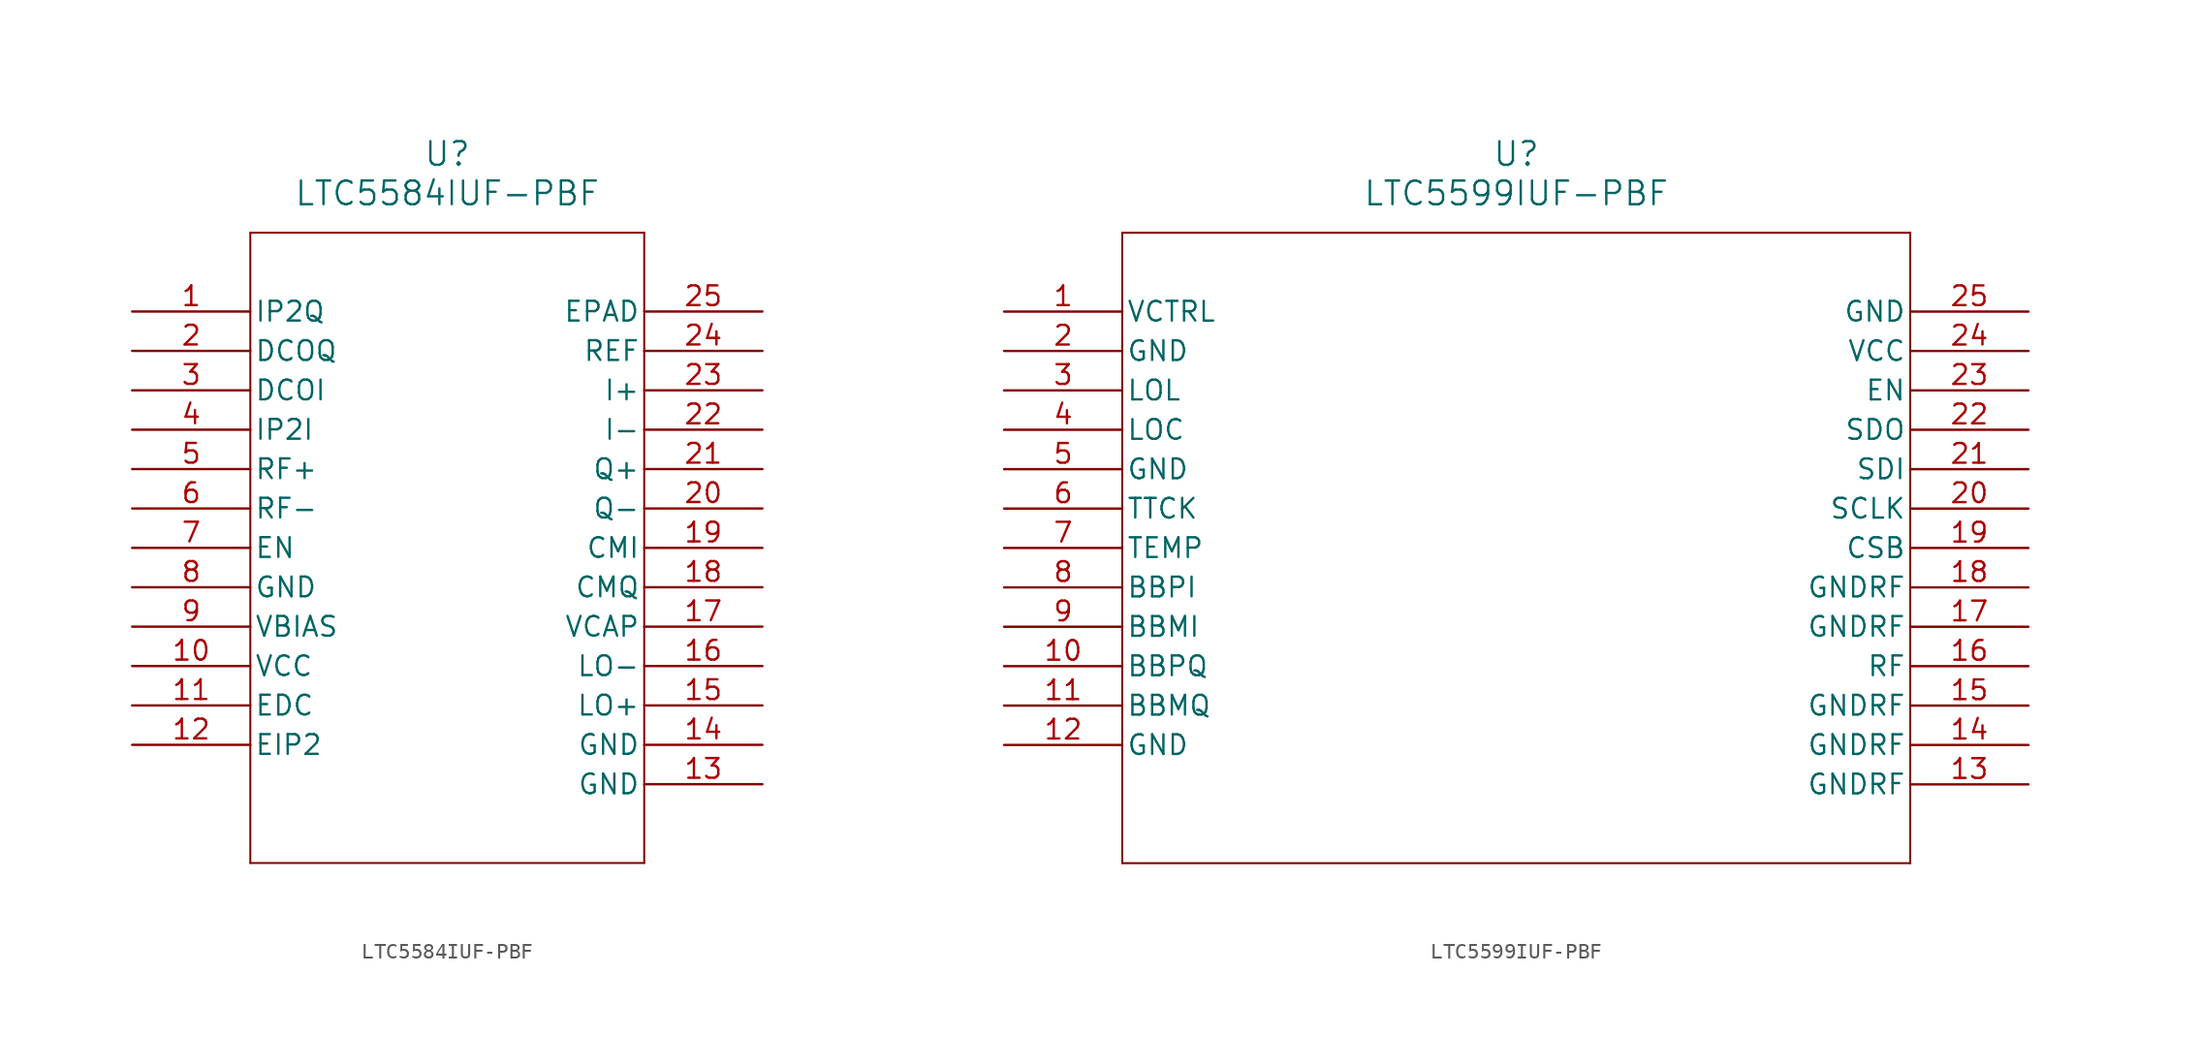
<source format=kicad_sym>
(kicad_symbol_lib
  (version 20231120)
  (generator "kicad_symbol_editor")
  (generator_version "8.0")
  (symbol "LTC5584IUF-PBF"
    (pin_names
      (offset 0.254))
    (property "Reference" "U"
      (at 20.32 10.16 0)
      (effects (font (size 1.524 1.524))))
    (property "Value" "LTC5584IUF-PBF"
      (at 20.32 7.62 0)
      (effects (font (size 1.524 1.524))))
    (property "ki_locked" ""
      (at 0 0 0)
      (effects (font (size 1.27 1.27))))
    (symbol "LTC5584IUF-PBF_1_1"
      (polyline (pts (xy 7.62 -35.56) (xy 33.02 -35.56)) (stroke (width 0.127) (type default)) (fill (type none)))
      (polyline (pts (xy 7.62 5.08) (xy 7.62 -35.56)) (stroke (width 0.127) (type default)) (fill (type none)))
      (polyline (pts (xy 33.02 -35.56) (xy 33.02 5.08)) (stroke (width 0.127) (type default)) (fill (type none)))
      (polyline (pts (xy 33.02 5.08) (xy 7.62 5.08)) (stroke (width 0.127) (type default)) (fill (type none)))
      (pin input line (at 0 0 0) (length 7.62) (name "IP2Q" (effects (font (size 1.27 1.27)))) (number "1" (effects (font (size 1.27 1.27)))))
      (pin power_in line (at 0 -22.86 0) (length 7.62) (name "VCC" (effects (font (size 1.27 1.27)))) (number "10" (effects (font (size 1.27 1.27)))))
      (pin unspecified line (at 0 -25.4 0) (length 7.62) (name "EDC" (effects (font (size 1.27 1.27)))) (number "11" (effects (font (size 1.27 1.27)))))
      (pin unspecified line (at 0 -27.94 0) (length 7.62) (name "EIP2" (effects (font (size 1.27 1.27)))) (number "12" (effects (font (size 1.27 1.27)))))
      (pin power_in line (at 40.64 -30.48 180) (length 7.62) (name "GND" (effects (font (size 1.27 1.27)))) (number "13" (effects (font (size 1.27 1.27)))))
      (pin power_in line (at 40.64 -27.94 180) (length 7.62) (name "GND" (effects (font (size 1.27 1.27)))) (number "14" (effects (font (size 1.27 1.27)))))
      (pin input line (at 40.64 -25.4 180) (length 7.62) (name "LO+" (effects (font (size 1.27 1.27)))) (number "15" (effects (font (size 1.27 1.27)))))
      (pin input line (at 40.64 -22.86 180) (length 7.62) (name "LO-" (effects (font (size 1.27 1.27)))) (number "16" (effects (font (size 1.27 1.27)))))
      (pin unspecified line (at 40.64 -20.32 180) (length 7.62) (name "VCAP" (effects (font (size 1.27 1.27)))) (number "17" (effects (font (size 1.27 1.27)))))
      (pin unspecified line (at 40.64 -17.78 180) (length 7.62) (name "CMQ" (effects (font (size 1.27 1.27)))) (number "18" (effects (font (size 1.27 1.27)))))
      (pin unspecified line (at 40.64 -15.24 180) (length 7.62) (name "CMI" (effects (font (size 1.27 1.27)))) (number "19" (effects (font (size 1.27 1.27)))))
      (pin input line (at 0 -2.54 0) (length 7.62) (name "DCOQ" (effects (font (size 1.27 1.27)))) (number "2" (effects (font (size 1.27 1.27)))))
      (pin output line (at 40.64 -12.7 180) (length 7.62) (name "Q-" (effects (font (size 1.27 1.27)))) (number "20" (effects (font (size 1.27 1.27)))))
      (pin output line (at 40.64 -10.16 180) (length 7.62) (name "Q+" (effects (font (size 1.27 1.27)))) (number "21" (effects (font (size 1.27 1.27)))))
      (pin output line (at 40.64 -7.62 180) (length 7.62) (name "I-" (effects (font (size 1.27 1.27)))) (number "22" (effects (font (size 1.27 1.27)))))
      (pin output line (at 40.64 -5.08 180) (length 7.62) (name "I+" (effects (font (size 1.27 1.27)))) (number "23" (effects (font (size 1.27 1.27)))))
      (pin input line (at 40.64 -2.54 180) (length 7.62) (name "REF" (effects (font (size 1.27 1.27)))) (number "24" (effects (font (size 1.27 1.27)))))
      (pin unspecified line (at 40.64 0 180) (length 7.62) (name "EPAD" (effects (font (size 1.27 1.27)))) (number "25" (effects (font (size 1.27 1.27)))))
      (pin input line (at 0 -5.08 0) (length 7.62) (name "DCOI" (effects (font (size 1.27 1.27)))) (number "3" (effects (font (size 1.27 1.27)))))
      (pin input line (at 0 -7.62 0) (length 7.62) (name "IP2I" (effects (font (size 1.27 1.27)))) (number "4" (effects (font (size 1.27 1.27)))))
      (pin input line (at 0 -10.16 0) (length 7.62) (name "RF+" (effects (font (size 1.27 1.27)))) (number "5" (effects (font (size 1.27 1.27)))))
      (pin input line (at 0 -12.7 0) (length 7.62) (name "RF-" (effects (font (size 1.27 1.27)))) (number "6" (effects (font (size 1.27 1.27)))))
      (pin unspecified line (at 0 -15.24 0) (length 7.62) (name "EN" (effects (font (size 1.27 1.27)))) (number "7" (effects (font (size 1.27 1.27)))))
      (pin power_in line (at 0 -17.78 0) (length 7.62) (name "GND" (effects (font (size 1.27 1.27)))) (number "8" (effects (font (size 1.27 1.27)))))
      (pin unspecified line (at 0 -20.32 0) (length 7.62) (name "VBIAS" (effects (font (size 1.27 1.27)))) (number "9" (effects (font (size 1.27 1.27)))))))
  (symbol "LTC5599IUF-PBF"
    (pin_names
      (offset 0.254))
    (property "Reference" "U"
      (at 33.02 10.16 0)
      (effects (font (size 1.524 1.524))))
    (property "Value" "LTC5599IUF-PBF"
      (at 33.02 7.62 0)
      (effects (font (size 1.524 1.524))))
    (property "ki_locked" ""
      (at 0 0 0)
      (effects (font (size 1.27 1.27))))
    (symbol "LTC5599IUF-PBF_1_1"
      (polyline (pts (xy 7.62 -35.56) (xy 58.42 -35.56)) (stroke (width 0.127) (type default)) (fill (type none)))
      (polyline (pts (xy 7.62 5.08) (xy 7.62 -35.56)) (stroke (width 0.127) (type default)) (fill (type none)))
      (polyline (pts (xy 58.42 -35.56) (xy 58.42 5.08)) (stroke (width 0.127) (type default)) (fill (type none)))
      (polyline (pts (xy 58.42 5.08) (xy 7.62 5.08)) (stroke (width 0.127) (type default)) (fill (type none)))
      (pin input line (at 0 0 0) (length 7.62) (name "VCTRL" (effects (font (size 1.27 1.27)))) (number "1" (effects (font (size 1.27 1.27)))))
      (pin input line (at 0 -22.86 0) (length 7.62) (name "BBPQ" (effects (font (size 1.27 1.27)))) (number "10" (effects (font (size 1.27 1.27)))))
      (pin input line (at 0 -25.4 0) (length 7.62) (name "BBMQ" (effects (font (size 1.27 1.27)))) (number "11" (effects (font (size 1.27 1.27)))))
      (pin power_in line (at 0 -27.94 0) (length 7.62) (name "GND" (effects (font (size 1.27 1.27)))) (number "12" (effects (font (size 1.27 1.27)))))
      (pin power_in line (at 66.04 -30.48 180) (length 7.62) (name "GNDRF" (effects (font (size 1.27 1.27)))) (number "13" (effects (font (size 1.27 1.27)))))
      (pin power_in line (at 66.04 -27.94 180) (length 7.62) (name "GNDRF" (effects (font (size 1.27 1.27)))) (number "14" (effects (font (size 1.27 1.27)))))
      (pin power_in line (at 66.04 -25.4 180) (length 7.62) (name "GNDRF" (effects (font (size 1.27 1.27)))) (number "15" (effects (font (size 1.27 1.27)))))
      (pin output line (at 66.04 -22.86 180) (length 7.62) (name "RF" (effects (font (size 1.27 1.27)))) (number "16" (effects (font (size 1.27 1.27)))))
      (pin power_in line (at 66.04 -20.32 180) (length 7.62) (name "GNDRF" (effects (font (size 1.27 1.27)))) (number "17" (effects (font (size 1.27 1.27)))))
      (pin power_in line (at 66.04 -17.78 180) (length 7.62) (name "GNDRF" (effects (font (size 1.27 1.27)))) (number "18" (effects (font (size 1.27 1.27)))))
      (pin input line (at 66.04 -15.24 180) (length 7.62) (name "CSB" (effects (font (size 1.27 1.27)))) (number "19" (effects (font (size 1.27 1.27)))))
      (pin power_in line (at 0 -2.54 0) (length 7.62) (name "GND" (effects (font (size 1.27 1.27)))) (number "2" (effects (font (size 1.27 1.27)))))
      (pin input line (at 66.04 -12.7 180) (length 7.62) (name "SCLK" (effects (font (size 1.27 1.27)))) (number "20" (effects (font (size 1.27 1.27)))))
      (pin input line (at 66.04 -10.16 180) (length 7.62) (name "SDI" (effects (font (size 1.27 1.27)))) (number "21" (effects (font (size 1.27 1.27)))))
      (pin output line (at 66.04 -7.62 180) (length 7.62) (name "SDO" (effects (font (size 1.27 1.27)))) (number "22" (effects (font (size 1.27 1.27)))))
      (pin unspecified line (at 66.04 -5.08 180) (length 7.62) (name "EN" (effects (font (size 1.27 1.27)))) (number "23" (effects (font (size 1.27 1.27)))))
      (pin power_in line (at 66.04 -2.54 180) (length 7.62) (name "VCC" (effects (font (size 1.27 1.27)))) (number "24" (effects (font (size 1.27 1.27)))))
      (pin power_in line (at 66.04 0 180) (length 7.62) (name "GND" (effects (font (size 1.27 1.27)))) (number "25" (effects (font (size 1.27 1.27)))))
      (pin input line (at 0 -5.08 0) (length 7.62) (name "LOL" (effects (font (size 1.27 1.27)))) (number "3" (effects (font (size 1.27 1.27)))))
      (pin input line (at 0 -7.62 0) (length 7.62) (name "LOC" (effects (font (size 1.27 1.27)))) (number "4" (effects (font (size 1.27 1.27)))))
      (pin power_in line (at 0 -10.16 0) (length 7.62) (name "GND" (effects (font (size 1.27 1.27)))) (number "5" (effects (font (size 1.27 1.27)))))
      (pin unspecified line (at 0 -12.7 0) (length 7.62) (name "TTCK" (effects (font (size 1.27 1.27)))) (number "6" (effects (font (size 1.27 1.27)))))
      (pin unspecified line (at 0 -15.24 0) (length 7.62) (name "TEMP" (effects (font (size 1.27 1.27)))) (number "7" (effects (font (size 1.27 1.27)))))
      (pin input line (at 0 -17.78 0) (length 7.62) (name "BBPI" (effects (font (size 1.27 1.27)))) (number "8" (effects (font (size 1.27 1.27)))))
      (pin input line (at 0 -20.32 0) (length 7.62) (name "BBMI" (effects (font (size 1.27 1.27)))) (number "9" (effects (font (size 1.27 1.27))))))))
</source>
